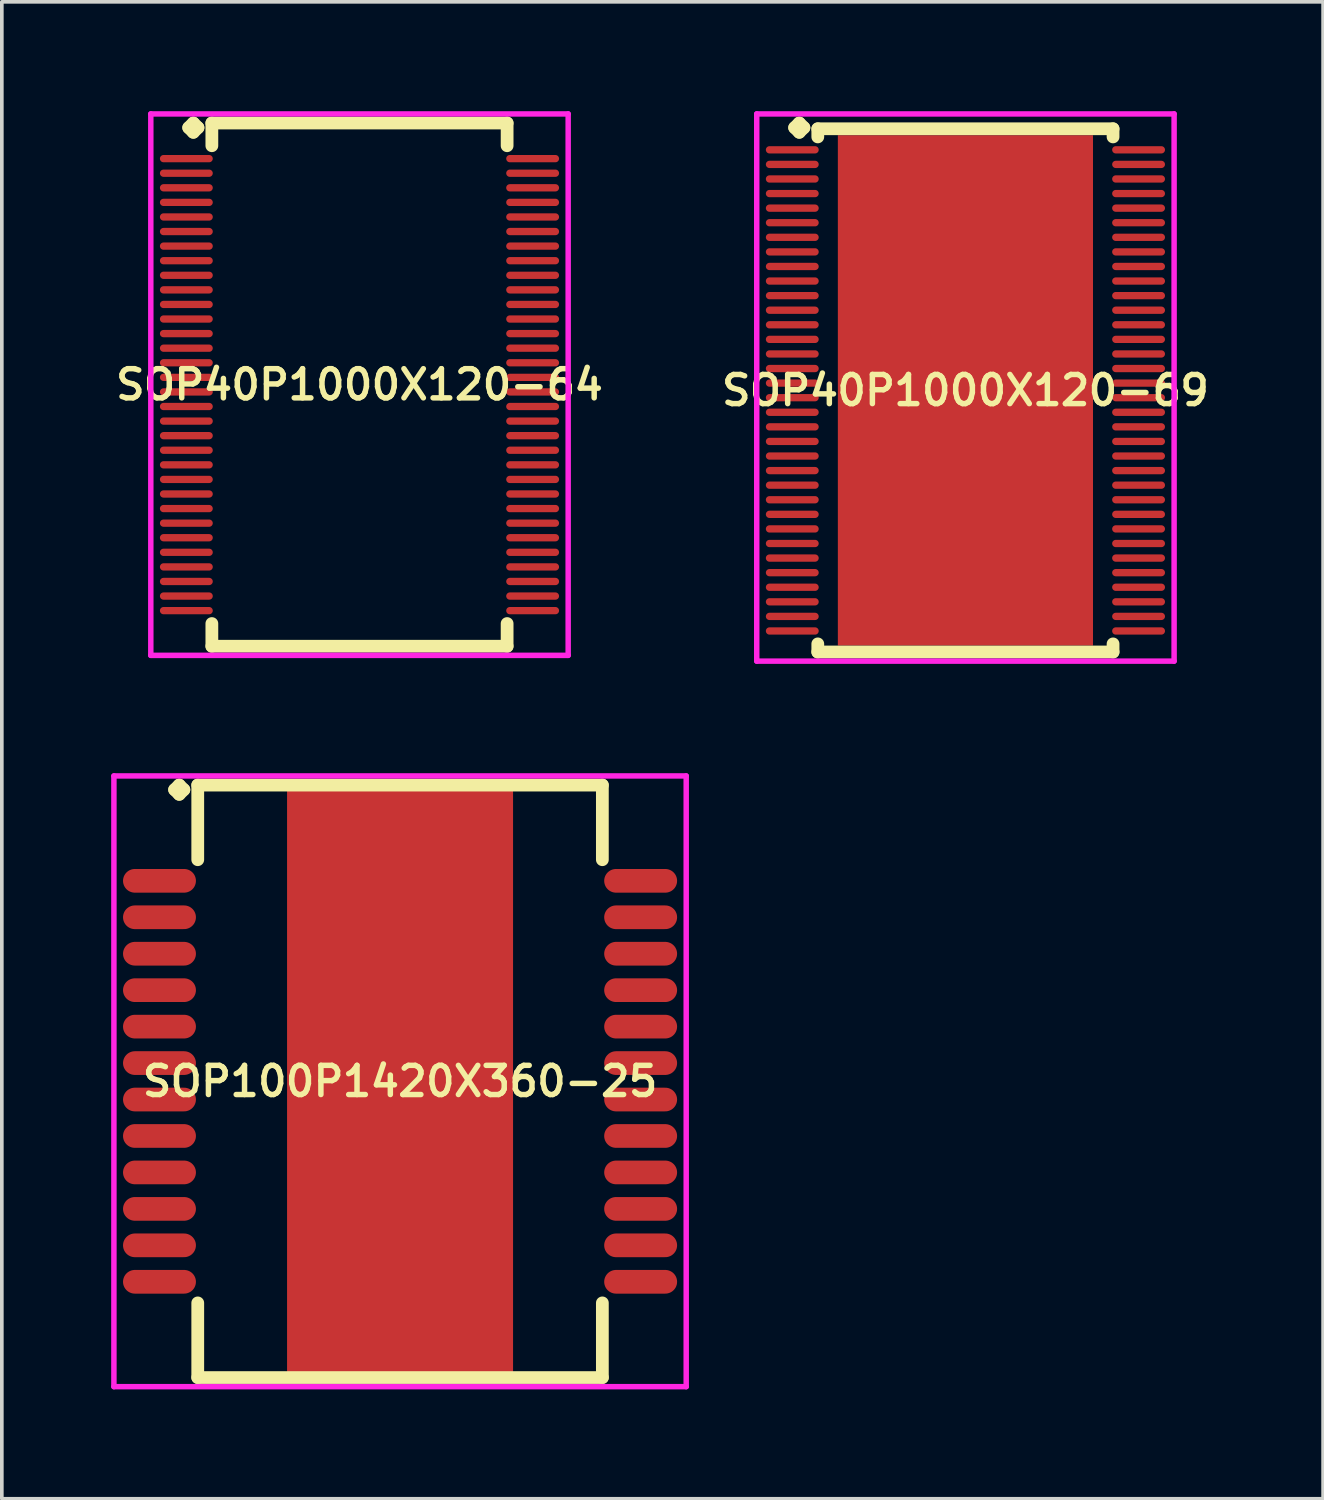
<source format=kicad_pcb>
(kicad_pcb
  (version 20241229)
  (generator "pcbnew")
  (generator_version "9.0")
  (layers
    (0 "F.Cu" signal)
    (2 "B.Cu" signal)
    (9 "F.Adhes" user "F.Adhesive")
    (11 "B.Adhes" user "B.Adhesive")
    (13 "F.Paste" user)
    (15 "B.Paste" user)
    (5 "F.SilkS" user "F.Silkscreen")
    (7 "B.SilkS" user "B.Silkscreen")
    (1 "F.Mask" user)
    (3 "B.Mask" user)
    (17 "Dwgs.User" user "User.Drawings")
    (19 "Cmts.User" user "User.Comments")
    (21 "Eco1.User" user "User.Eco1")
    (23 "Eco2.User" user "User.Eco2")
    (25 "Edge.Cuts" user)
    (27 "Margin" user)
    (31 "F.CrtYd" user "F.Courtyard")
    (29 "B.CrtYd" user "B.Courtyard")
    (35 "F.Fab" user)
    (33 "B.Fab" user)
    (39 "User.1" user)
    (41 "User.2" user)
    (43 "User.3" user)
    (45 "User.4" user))
  (footprint "SOP40P1000X120-64"
    (layer "F.Cu")
    (at 6.812 7.502)
    (property "Reference" "SOP40P1000X120-64" (at 0 0 0) (layer "F.SilkS") (effects (font (size 0.8 0.8) (thickness 0.15))))
    (attr smd)
    (fp_line (start -4.685 -7.05) (end -4.558 -7.177) (stroke (width 0.35) (type solid)) (layer "F.SilkS"))
    (fp_line (start -4.558 -7.177) (end -4.431 -7.05) (stroke (width 0.35) (type solid)) (layer "F.SilkS"))
    (fp_line (start -4.558 -6.923) (end -4.685 -7.05) (stroke (width 0.35) (type solid)) (layer "F.SilkS"))
    (fp_line (start -4.431 -7.05) (end -4.558 -6.923) (stroke (width 0.35) (type solid)) (layer "F.SilkS"))
    (fp_line (start -4.05 -7.177) (end 4.05 -7.177) (stroke (width 0.35) (type solid)) (layer "F.SilkS"))
    (fp_line (start -4.05 -6.554) (end -4.05 -7.177) (stroke (width 0.35) (type solid)) (layer "F.SilkS"))
    (fp_line (start -4.05 6.554) (end -4.05 7.177) (stroke (width 0.35) (type solid)) (layer "F.SilkS"))
    (fp_line (start -4.05 7.177) (end 4.05 7.177) (stroke (width 0.35) (type solid)) (layer "F.SilkS"))
    (fp_line (start 4.05 -7.177) (end 4.05 -6.554) (stroke (width 0.35) (type solid)) (layer "F.SilkS"))
    (fp_line (start 4.05 7.177) (end 4.05 6.554) (stroke (width 0.35) (type solid)) (layer "F.SilkS"))
    (fp_line (start -5.725 -7.427) (end 5.725 -7.427) (stroke (width 0.15) (type solid)) (layer "F.CrtYd"))
    (fp_line (start -5.725 7.427) (end -5.725 -7.427) (stroke (width 0.15) (type solid)) (layer "F.CrtYd"))
    (fp_line (start 5.725 -7.427) (end 5.725 7.427) (stroke (width 0.15) (type solid)) (layer "F.CrtYd"))
    (fp_line (start 5.725 7.427) (end -5.725 7.427) (stroke (width 0.15) (type solid)) (layer "F.CrtYd"))
    (pad "1" smd oval (at -4.75 -6.2) (size 1.45 0.2) (layers "F.Cu" "F.Mask" "F.Paste"))
    (pad "2" smd oval (at -4.75 -5.8) (size 1.45 0.2) (layers "F.Cu" "F.Mask" "F.Paste"))
    (pad "3" smd oval (at -4.75 -5.4) (size 1.45 0.2) (layers "F.Cu" "F.Mask" "F.Paste"))
    (pad "4" smd oval (at -4.75 -5) (size 1.45 0.2) (layers "F.Cu" "F.Mask" "F.Paste"))
    (pad "5" smd oval (at -4.75 -4.6) (size 1.45 0.2) (layers "F.Cu" "F.Mask" "F.Paste"))
    (pad "6" smd oval (at -4.75 -4.2) (size 1.45 0.2) (layers "F.Cu" "F.Mask" "F.Paste"))
    (pad "7" smd oval (at -4.75 -3.8) (size 1.45 0.2) (layers "F.Cu" "F.Mask" "F.Paste"))
    (pad "8" smd oval (at -4.75 -3.4) (size 1.45 0.2) (layers "F.Cu" "F.Mask" "F.Paste"))
    (pad "9" smd oval (at -4.75 -3) (size 1.45 0.2) (layers "F.Cu" "F.Mask" "F.Paste"))
    (pad "10" smd oval (at -4.75 -2.6) (size 1.45 0.2) (layers "F.Cu" "F.Mask" "F.Paste"))
    (pad "11" smd oval (at -4.75 -2.2) (size 1.45 0.2) (layers "F.Cu" "F.Mask" "F.Paste"))
    (pad "12" smd oval (at -4.75 -1.8) (size 1.45 0.2) (layers "F.Cu" "F.Mask" "F.Paste"))
    (pad "13" smd oval (at -4.75 -1.4) (size 1.45 0.2) (layers "F.Cu" "F.Mask" "F.Paste"))
    (pad "14" smd oval (at -4.75 -1) (size 1.45 0.2) (layers "F.Cu" "F.Mask" "F.Paste"))
    (pad "15" smd oval (at -4.75 -0.6) (size 1.45 0.2) (layers "F.Cu" "F.Mask" "F.Paste"))
    (pad "16" smd oval (at -4.75 -0.2) (size 1.45 0.2) (layers "F.Cu" "F.Mask" "F.Paste"))
    (pad "17" smd oval (at -4.75 0.2) (size 1.45 0.2) (layers "F.Cu" "F.Mask" "F.Paste"))
    (pad "18" smd oval (at -4.75 0.6) (size 1.45 0.2) (layers "F.Cu" "F.Mask" "F.Paste"))
    (pad "19" smd oval (at -4.75 1) (size 1.45 0.2) (layers "F.Cu" "F.Mask" "F.Paste"))
    (pad "20" smd oval (at -4.75 1.4) (size 1.45 0.2) (layers "F.Cu" "F.Mask" "F.Paste"))
    (pad "21" smd oval (at -4.75 1.8) (size 1.45 0.2) (layers "F.Cu" "F.Mask" "F.Paste"))
    (pad "22" smd oval (at -4.75 2.2) (size 1.45 0.2) (layers "F.Cu" "F.Mask" "F.Paste"))
    (pad "23" smd oval (at -4.75 2.6) (size 1.45 0.2) (layers "F.Cu" "F.Mask" "F.Paste"))
    (pad "24" smd oval (at -4.75 3) (size 1.45 0.2) (layers "F.Cu" "F.Mask" "F.Paste"))
    (pad "25" smd oval (at -4.75 3.4) (size 1.45 0.2) (layers "F.Cu" "F.Mask" "F.Paste"))
    (pad "26" smd oval (at -4.75 3.8) (size 1.45 0.2) (layers "F.Cu" "F.Mask" "F.Paste"))
    (pad "27" smd oval (at -4.75 4.2) (size 1.45 0.2) (layers "F.Cu" "F.Mask" "F.Paste"))
    (pad "28" smd oval (at -4.75 4.6) (size 1.45 0.2) (layers "F.Cu" "F.Mask" "F.Paste"))
    (pad "29" smd oval (at -4.75 5) (size 1.45 0.2) (layers "F.Cu" "F.Mask" "F.Paste"))
    (pad "30" smd oval (at -4.75 5.4) (size 1.45 0.2) (layers "F.Cu" "F.Mask" "F.Paste"))
    (pad "31" smd oval (at -4.75 5.8) (size 1.45 0.2) (layers "F.Cu" "F.Mask" "F.Paste"))
    (pad "32" smd oval (at -4.75 6.2) (size 1.45 0.2) (layers "F.Cu" "F.Mask" "F.Paste"))
    (pad "33" smd oval (at 4.75 6.2) (size 1.45 0.2) (layers "F.Cu" "F.Mask" "F.Paste"))
    (pad "34" smd oval (at 4.75 5.8) (size 1.45 0.2) (layers "F.Cu" "F.Mask" "F.Paste"))
    (pad "35" smd oval (at 4.75 5.4) (size 1.45 0.2) (layers "F.Cu" "F.Mask" "F.Paste"))
    (pad "36" smd oval (at 4.75 5) (size 1.45 0.2) (layers "F.Cu" "F.Mask" "F.Paste"))
    (pad "37" smd oval (at 4.75 4.6) (size 1.45 0.2) (layers "F.Cu" "F.Mask" "F.Paste"))
    (pad "38" smd oval (at 4.75 4.2) (size 1.45 0.2) (layers "F.Cu" "F.Mask" "F.Paste"))
    (pad "39" smd oval (at 4.75 3.8) (size 1.45 0.2) (layers "F.Cu" "F.Mask" "F.Paste"))
    (pad "40" smd oval (at 4.75 3.4) (size 1.45 0.2) (layers "F.Cu" "F.Mask" "F.Paste"))
    (pad "41" smd oval (at 4.75 3) (size 1.45 0.2) (layers "F.Cu" "F.Mask" "F.Paste"))
    (pad "42" smd oval (at 4.75 2.6) (size 1.45 0.2) (layers "F.Cu" "F.Mask" "F.Paste"))
    (pad "43" smd oval (at 4.75 2.2) (size 1.45 0.2) (layers "F.Cu" "F.Mask" "F.Paste"))
    (pad "44" smd oval (at 4.75 1.8) (size 1.45 0.2) (layers "F.Cu" "F.Mask" "F.Paste"))
    (pad "45" smd oval (at 4.75 1.4) (size 1.45 0.2) (layers "F.Cu" "F.Mask" "F.Paste"))
    (pad "46" smd oval (at 4.75 1) (size 1.45 0.2) (layers "F.Cu" "F.Mask" "F.Paste"))
    (pad "47" smd oval (at 4.75 0.6) (size 1.45 0.2) (layers "F.Cu" "F.Mask" "F.Paste"))
    (pad "48" smd oval (at 4.75 0.2) (size 1.45 0.2) (layers "F.Cu" "F.Mask" "F.Paste"))
    (pad "49" smd oval (at 4.75 -0.2) (size 1.45 0.2) (layers "F.Cu" "F.Mask" "F.Paste"))
    (pad "50" smd oval (at 4.75 -0.6) (size 1.45 0.2) (layers "F.Cu" "F.Mask" "F.Paste"))
    (pad "51" smd oval (at 4.75 -1) (size 1.45 0.2) (layers "F.Cu" "F.Mask" "F.Paste"))
    (pad "52" smd oval (at 4.75 -1.4) (size 1.45 0.2) (layers "F.Cu" "F.Mask" "F.Paste"))
    (pad "53" smd oval (at 4.75 -1.8) (size 1.45 0.2) (layers "F.Cu" "F.Mask" "F.Paste"))
    (pad "54" smd oval (at 4.75 -2.2) (size 1.45 0.2) (layers "F.Cu" "F.Mask" "F.Paste"))
    (pad "55" smd oval (at 4.75 -2.6) (size 1.45 0.2) (layers "F.Cu" "F.Mask" "F.Paste"))
    (pad "56" smd oval (at 4.75 -3) (size 1.45 0.2) (layers "F.Cu" "F.Mask" "F.Paste"))
    (pad "57" smd oval (at 4.75 -3.4) (size 1.45 0.2) (layers "F.Cu" "F.Mask" "F.Paste"))
    (pad "58" smd oval (at 4.75 -3.8) (size 1.45 0.2) (layers "F.Cu" "F.Mask" "F.Paste"))
    (pad "59" smd oval (at 4.75 -4.2) (size 1.45 0.2) (layers "F.Cu" "F.Mask" "F.Paste"))
    (pad "60" smd oval (at 4.75 -4.6) (size 1.45 0.2) (layers "F.Cu" "F.Mask" "F.Paste"))
    (pad "61" smd oval (at 4.75 -5) (size 1.45 0.2) (layers "F.Cu" "F.Mask" "F.Paste"))
    (pad "62" smd oval (at 4.75 -5.4) (size 1.45 0.2) (layers "F.Cu" "F.Mask" "F.Paste"))
    (pad "63" smd oval (at 4.75 -5.8) (size 1.45 0.2) (layers "F.Cu" "F.Mask" "F.Paste"))
    (pad "64" smd oval (at 4.75 -6.2) (size 1.45 0.2) (layers "F.Cu" "F.Mask" "F.Paste")))
  (footprint "SOP100P1420X360-25"
    (layer "F.Cu")
    (at 7.925 26.614)
    (property "Reference" "SOP100P1420X360-25" (at 0 0 0) (layer "F.SilkS") (effects (font (size 0.8 0.8) (thickness 0.15))))
    (attr smd)
    (fp_line (start -6.185 -8) (end -6.058 -8.127) (stroke (width 0.35) (type solid)) (layer "F.SilkS"))
    (fp_line (start -6.058 -8.127) (end -5.931 -8) (stroke (width 0.35) (type solid)) (layer "F.SilkS"))
    (fp_line (start -6.058 -7.873) (end -6.185 -8) (stroke (width 0.35) (type solid)) (layer "F.SilkS"))
    (fp_line (start -5.931 -8) (end -6.058 -7.873) (stroke (width 0.35) (type solid)) (layer "F.SilkS"))
    (fp_line (start -5.55 -8.127) (end 5.55 -8.127) (stroke (width 0.35) (type solid)) (layer "F.SilkS"))
    (fp_line (start -5.55 -6.079) (end -5.55 -8.127) (stroke (width 0.35) (type solid)) (layer "F.SilkS"))
    (fp_line (start -5.55 6.079) (end -5.55 8.127) (stroke (width 0.35) (type solid)) (layer "F.SilkS"))
    (fp_line (start -5.55 8.127) (end 5.55 8.127) (stroke (width 0.35) (type solid)) (layer "F.SilkS"))
    (fp_line (start 5.55 -8.127) (end 5.55 -6.079) (stroke (width 0.35) (type solid)) (layer "F.SilkS"))
    (fp_line (start 5.55 8.127) (end 5.55 6.079) (stroke (width 0.35) (type solid)) (layer "F.SilkS"))
    (fp_line (start -7.85 -8.377) (end 7.85 -8.377) (stroke (width 0.15) (type solid)) (layer "F.CrtYd"))
    (fp_line (start -7.85 8.377) (end -7.85 -8.377) (stroke (width 0.15) (type solid)) (layer "F.CrtYd"))
    (fp_line (start 7.85 -8.377) (end 7.85 8.377) (stroke (width 0.15) (type solid)) (layer "F.CrtYd"))
    (fp_line (start 7.85 8.377) (end -7.85 8.377) (stroke (width 0.15) (type solid)) (layer "F.CrtYd"))
    (pad "1" smd oval (at -6.6 -5.5) (size 2 0.65) (layers "F.Cu" "F.Mask" "F.Paste"))
    (pad "2" smd oval (at -6.6 -4.5) (size 2 0.65) (layers "F.Cu" "F.Mask" "F.Paste"))
    (pad "3" smd oval (at -6.6 -3.5) (size 2 0.65) (layers "F.Cu" "F.Mask" "F.Paste"))
    (pad "4" smd oval (at -6.6 -2.5) (size 2 0.65) (layers "F.Cu" "F.Mask" "F.Paste"))
    (pad "5" smd oval (at -6.6 -1.5) (size 2 0.65) (layers "F.Cu" "F.Mask" "F.Paste"))
    (pad "6" smd oval (at -6.6 -0.5) (size 2 0.65) (layers "F.Cu" "F.Mask" "F.Paste"))
    (pad "7" smd oval (at -6.6 0.5) (size 2 0.65) (layers "F.Cu" "F.Mask" "F.Paste"))
    (pad "8" smd oval (at -6.6 1.5) (size 2 0.65) (layers "F.Cu" "F.Mask" "F.Paste"))
    (pad "9" smd oval (at -6.6 2.5) (size 2 0.65) (layers "F.Cu" "F.Mask" "F.Paste"))
    (pad "10" smd oval (at -6.6 3.5) (size 2 0.65) (layers "F.Cu" "F.Mask" "F.Paste"))
    (pad "11" smd oval (at -6.6 4.5) (size 2 0.65) (layers "F.Cu" "F.Mask" "F.Paste"))
    (pad "12" smd oval (at -6.6 5.5) (size 2 0.65) (layers "F.Cu" "F.Mask" "F.Paste"))
    (pad "13" smd oval (at 6.6 5.5) (size 2 0.65) (layers "F.Cu" "F.Mask" "F.Paste"))
    (pad "14" smd oval (at 6.6 4.5) (size 2 0.65) (layers "F.Cu" "F.Mask" "F.Paste"))
    (pad "15" smd oval (at 6.6 3.5) (size 2 0.65) (layers "F.Cu" "F.Mask" "F.Paste"))
    (pad "16" smd oval (at 6.6 2.5) (size 2 0.65) (layers "F.Cu" "F.Mask" "F.Paste"))
    (pad "17" smd oval (at 6.6 1.5) (size 2 0.65) (layers "F.Cu" "F.Mask" "F.Paste"))
    (pad "18" smd oval (at 6.6 0.5) (size 2 0.65) (layers "F.Cu" "F.Mask" "F.Paste"))
    (pad "19" smd oval (at 6.6 -0.5) (size 2 0.65) (layers "F.Cu" "F.Mask" "F.Paste"))
    (pad "20" smd oval (at 6.6 -1.5) (size 2 0.65) (layers "F.Cu" "F.Mask" "F.Paste"))
    (pad "21" smd oval (at 6.6 -2.5) (size 2 0.65) (layers "F.Cu" "F.Mask" "F.Paste"))
    (pad "22" smd oval (at 6.6 -3.5) (size 2 0.65) (layers "F.Cu" "F.Mask" "F.Paste"))
    (pad "23" smd oval (at 6.6 -4.5) (size 2 0.65) (layers "F.Cu" "F.Mask" "F.Paste"))
    (pad "24" smd oval (at 6.6 -5.5) (size 2 0.65) (layers "F.Cu" "F.Mask" "F.Paste"))
    (pad "25" smd rect (at 0 0) (size 6.2 16) (layers "F.Cu" "F.Mask" "F.Paste")))
  (footprint "SOP40P1000X120-69"
    (layer "F.Cu")
    (at 23.435 7.66)
    (property "Reference" "SOP40P1000X120-69" (at 0 0 0) (layer "F.SilkS") (effects (font (size 0.8 0.8) (thickness 0.15))))
    (attr smd)
    (fp_line (start -4.685 -7.208) (end -4.558 -7.335) (stroke (width 0.35) (type solid)) (layer "F.SilkS"))
    (fp_line (start -4.558 -7.335) (end -4.431 -7.208) (stroke (width 0.35) (type solid)) (layer "F.SilkS"))
    (fp_line (start -4.558 -7.081) (end -4.685 -7.208) (stroke (width 0.35) (type solid)) (layer "F.SilkS"))
    (fp_line (start -4.431 -7.208) (end -4.558 -7.081) (stroke (width 0.35) (type solid)) (layer "F.SilkS"))
    (fp_line (start -4.05 -7.177) (end 4.05 -7.177) (stroke (width 0.35) (type solid)) (layer "F.SilkS"))
    (fp_line (start -4.05 -6.954) (end -4.05 -7.177) (stroke (width 0.35) (type solid)) (layer "F.SilkS"))
    (fp_line (start -4.05 6.954) (end -4.05 7.177) (stroke (width 0.35) (type solid)) (layer "F.SilkS"))
    (fp_line (start -4.05 7.177) (end 4.05 7.177) (stroke (width 0.35) (type solid)) (layer "F.SilkS"))
    (fp_line (start 4.05 -7.177) (end 4.05 -6.954) (stroke (width 0.35) (type solid)) (layer "F.SilkS"))
    (fp_line (start 4.05 7.177) (end 4.05 6.954) (stroke (width 0.35) (type solid)) (layer "F.SilkS"))
    (fp_line (start -5.725 -7.585) (end 5.725 -7.585) (stroke (width 0.15) (type solid)) (layer "F.CrtYd"))
    (fp_line (start -5.725 7.427) (end -5.725 -7.585) (stroke (width 0.15) (type solid)) (layer "F.CrtYd"))
    (fp_line (start 5.725 -7.585) (end 5.725 7.427) (stroke (width 0.15) (type solid)) (layer "F.CrtYd"))
    (fp_line (start 5.725 7.427) (end -5.725 7.427) (stroke (width 0.15) (type solid)) (layer "F.CrtYd"))
    (pad "1" smd oval (at -4.75 -6.6) (size 1.45 0.2) (layers "F.Cu" "F.Mask" "F.Paste"))
    (pad "2" smd oval (at -4.75 -6.2) (size 1.45 0.2) (layers "F.Cu" "F.Mask" "F.Paste"))
    (pad "3" smd oval (at -4.75 -5.8) (size 1.45 0.2) (layers "F.Cu" "F.Mask" "F.Paste"))
    (pad "4" smd oval (at -4.75 -5.4) (size 1.45 0.2) (layers "F.Cu" "F.Mask" "F.Paste"))
    (pad "5" smd oval (at -4.75 -5) (size 1.45 0.2) (layers "F.Cu" "F.Mask" "F.Paste"))
    (pad "6" smd oval (at -4.75 -4.6) (size 1.45 0.2) (layers "F.Cu" "F.Mask" "F.Paste"))
    (pad "7" smd oval (at -4.75 -4.2) (size 1.45 0.2) (layers "F.Cu" "F.Mask" "F.Paste"))
    (pad "8" smd oval (at -4.75 -3.8) (size 1.45 0.2) (layers "F.Cu" "F.Mask" "F.Paste"))
    (pad "9" smd oval (at -4.75 -3.4) (size 1.45 0.2) (layers "F.Cu" "F.Mask" "F.Paste"))
    (pad "10" smd oval (at -4.75 -3) (size 1.45 0.2) (layers "F.Cu" "F.Mask" "F.Paste"))
    (pad "11" smd oval (at -4.75 -2.6) (size 1.45 0.2) (layers "F.Cu" "F.Mask" "F.Paste"))
    (pad "12" smd oval (at -4.75 -2.2) (size 1.45 0.2) (layers "F.Cu" "F.Mask" "F.Paste"))
    (pad "13" smd oval (at -4.75 -1.8) (size 1.45 0.2) (layers "F.Cu" "F.Mask" "F.Paste"))
    (pad "14" smd oval (at -4.75 -1.4) (size 1.45 0.2) (layers "F.Cu" "F.Mask" "F.Paste"))
    (pad "15" smd oval (at -4.75 -1) (size 1.45 0.2) (layers "F.Cu" "F.Mask" "F.Paste"))
    (pad "16" smd oval (at -4.75 -0.6) (size 1.45 0.2) (layers "F.Cu" "F.Mask" "F.Paste"))
    (pad "17" smd oval (at -4.75 -0.2) (size 1.45 0.2) (layers "F.Cu" "F.Mask" "F.Paste"))
    (pad "18" smd oval (at -4.75 0.2) (size 1.45 0.2) (layers "F.Cu" "F.Mask" "F.Paste"))
    (pad "19" smd oval (at -4.75 0.6) (size 1.45 0.2) (layers "F.Cu" "F.Mask" "F.Paste"))
    (pad "20" smd oval (at -4.75 1) (size 1.45 0.2) (layers "F.Cu" "F.Mask" "F.Paste"))
    (pad "21" smd oval (at -4.75 1.4) (size 1.45 0.2) (layers "F.Cu" "F.Mask" "F.Paste"))
    (pad "22" smd oval (at -4.75 1.8) (size 1.45 0.2) (layers "F.Cu" "F.Mask" "F.Paste"))
    (pad "23" smd oval (at -4.75 2.2) (size 1.45 0.2) (layers "F.Cu" "F.Mask" "F.Paste"))
    (pad "24" smd oval (at -4.75 2.6) (size 1.45 0.2) (layers "F.Cu" "F.Mask" "F.Paste"))
    (pad "25" smd oval (at -4.75 3) (size 1.45 0.2) (layers "F.Cu" "F.Mask" "F.Paste"))
    (pad "26" smd oval (at -4.75 3.4) (size 1.45 0.2) (layers "F.Cu" "F.Mask" "F.Paste"))
    (pad "27" smd oval (at -4.75 3.8) (size 1.45 0.2) (layers "F.Cu" "F.Mask" "F.Paste"))
    (pad "28" smd oval (at -4.75 4.2) (size 1.45 0.2) (layers "F.Cu" "F.Mask" "F.Paste"))
    (pad "29" smd oval (at -4.75 4.6) (size 1.45 0.2) (layers "F.Cu" "F.Mask" "F.Paste"))
    (pad "30" smd oval (at -4.75 5) (size 1.45 0.2) (layers "F.Cu" "F.Mask" "F.Paste"))
    (pad "31" smd oval (at -4.75 5.4) (size 1.45 0.2) (layers "F.Cu" "F.Mask" "F.Paste"))
    (pad "32" smd oval (at -4.75 5.8) (size 1.45 0.2) (layers "F.Cu" "F.Mask" "F.Paste"))
    (pad "33" smd oval (at -4.75 6.2) (size 1.45 0.2) (layers "F.Cu" "F.Mask" "F.Paste"))
    (pad "34" smd oval (at -4.75 6.6) (size 1.45 0.2) (layers "F.Cu" "F.Mask" "F.Paste"))
    (pad "35" smd oval (at 4.75 6.6) (size 1.45 0.2) (layers "F.Cu" "F.Mask" "F.Paste"))
    (pad "36" smd oval (at 4.75 6.2) (size 1.45 0.2) (layers "F.Cu" "F.Mask" "F.Paste"))
    (pad "37" smd oval (at 4.75 5.8) (size 1.45 0.2) (layers "F.Cu" "F.Mask" "F.Paste"))
    (pad "38" smd oval (at 4.75 5.4) (size 1.45 0.2) (layers "F.Cu" "F.Mask" "F.Paste"))
    (pad "39" smd oval (at 4.75 5) (size 1.45 0.2) (layers "F.Cu" "F.Mask" "F.Paste"))
    (pad "40" smd oval (at 4.75 4.6) (size 1.45 0.2) (layers "F.Cu" "F.Mask" "F.Paste"))
    (pad "41" smd oval (at 4.75 4.2) (size 1.45 0.2) (layers "F.Cu" "F.Mask" "F.Paste"))
    (pad "42" smd oval (at 4.75 3.8) (size 1.45 0.2) (layers "F.Cu" "F.Mask" "F.Paste"))
    (pad "43" smd oval (at 4.75 3.4) (size 1.45 0.2) (layers "F.Cu" "F.Mask" "F.Paste"))
    (pad "44" smd oval (at 4.75 3) (size 1.45 0.2) (layers "F.Cu" "F.Mask" "F.Paste"))
    (pad "45" smd oval (at 4.75 2.6) (size 1.45 0.2) (layers "F.Cu" "F.Mask" "F.Paste"))
    (pad "46" smd oval (at 4.75 2.2) (size 1.45 0.2) (layers "F.Cu" "F.Mask" "F.Paste"))
    (pad "47" smd oval (at 4.75 1.8) (size 1.45 0.2) (layers "F.Cu" "F.Mask" "F.Paste"))
    (pad "48" smd oval (at 4.75 1.4) (size 1.45 0.2) (layers "F.Cu" "F.Mask" "F.Paste"))
    (pad "49" smd oval (at 4.75 1) (size 1.45 0.2) (layers "F.Cu" "F.Mask" "F.Paste"))
    (pad "50" smd oval (at 4.75 0.6) (size 1.45 0.2) (layers "F.Cu" "F.Mask" "F.Paste"))
    (pad "51" smd oval (at 4.75 0.2) (size 1.45 0.2) (layers "F.Cu" "F.Mask" "F.Paste"))
    (pad "52" smd oval (at 4.75 -0.2) (size 1.45 0.2) (layers "F.Cu" "F.Mask" "F.Paste"))
    (pad "53" smd oval (at 4.75 -0.6) (size 1.45 0.2) (layers "F.Cu" "F.Mask" "F.Paste"))
    (pad "54" smd oval (at 4.75 -1) (size 1.45 0.2) (layers "F.Cu" "F.Mask" "F.Paste"))
    (pad "55" smd oval (at 4.75 -1.4) (size 1.45 0.2) (layers "F.Cu" "F.Mask" "F.Paste"))
    (pad "56" smd oval (at 4.75 -1.8) (size 1.45 0.2) (layers "F.Cu" "F.Mask" "F.Paste"))
    (pad "57" smd oval (at 4.75 -2.2) (size 1.45 0.2) (layers "F.Cu" "F.Mask" "F.Paste"))
    (pad "58" smd oval (at 4.75 -2.6) (size 1.45 0.2) (layers "F.Cu" "F.Mask" "F.Paste"))
    (pad "59" smd oval (at 4.75 -3) (size 1.45 0.2) (layers "F.Cu" "F.Mask" "F.Paste"))
    (pad "60" smd oval (at 4.75 -3.4) (size 1.45 0.2) (layers "F.Cu" "F.Mask" "F.Paste"))
    (pad "61" smd oval (at 4.75 -3.8) (size 1.45 0.2) (layers "F.Cu" "F.Mask" "F.Paste"))
    (pad "62" smd oval (at 4.75 -4.2) (size 1.45 0.2) (layers "F.Cu" "F.Mask" "F.Paste"))
    (pad "63" smd oval (at 4.75 -4.6) (size 1.45 0.2) (layers "F.Cu" "F.Mask" "F.Paste"))
    (pad "64" smd oval (at 4.75 -5) (size 1.45 0.2) (layers "F.Cu" "F.Mask" "F.Paste"))
    (pad "65" smd oval (at 4.75 -5.4) (size 1.45 0.2) (layers "F.Cu" "F.Mask" "F.Paste"))
    (pad "66" smd oval (at 4.75 -5.8) (size 1.45 0.2) (layers "F.Cu" "F.Mask" "F.Paste"))
    (pad "67" smd oval (at 4.75 -6.2) (size 1.45 0.2) (layers "F.Cu" "F.Mask" "F.Paste"))
    (pad "68" smd oval (at 4.75 -6.6) (size 1.45 0.2) (layers "F.Cu" "F.Mask" "F.Paste"))
    (pad "69" smd rect (at 0 0) (size 7 14) (layers "F.Cu" "F.Mask" "F.Paste")))
  (gr_rect
    (start -3 -3)
    (end 33.247 38.066)
    (stroke (width 0.1) (type default))
    (fill no)
    (layer "Edge.Cuts")))
</source>
